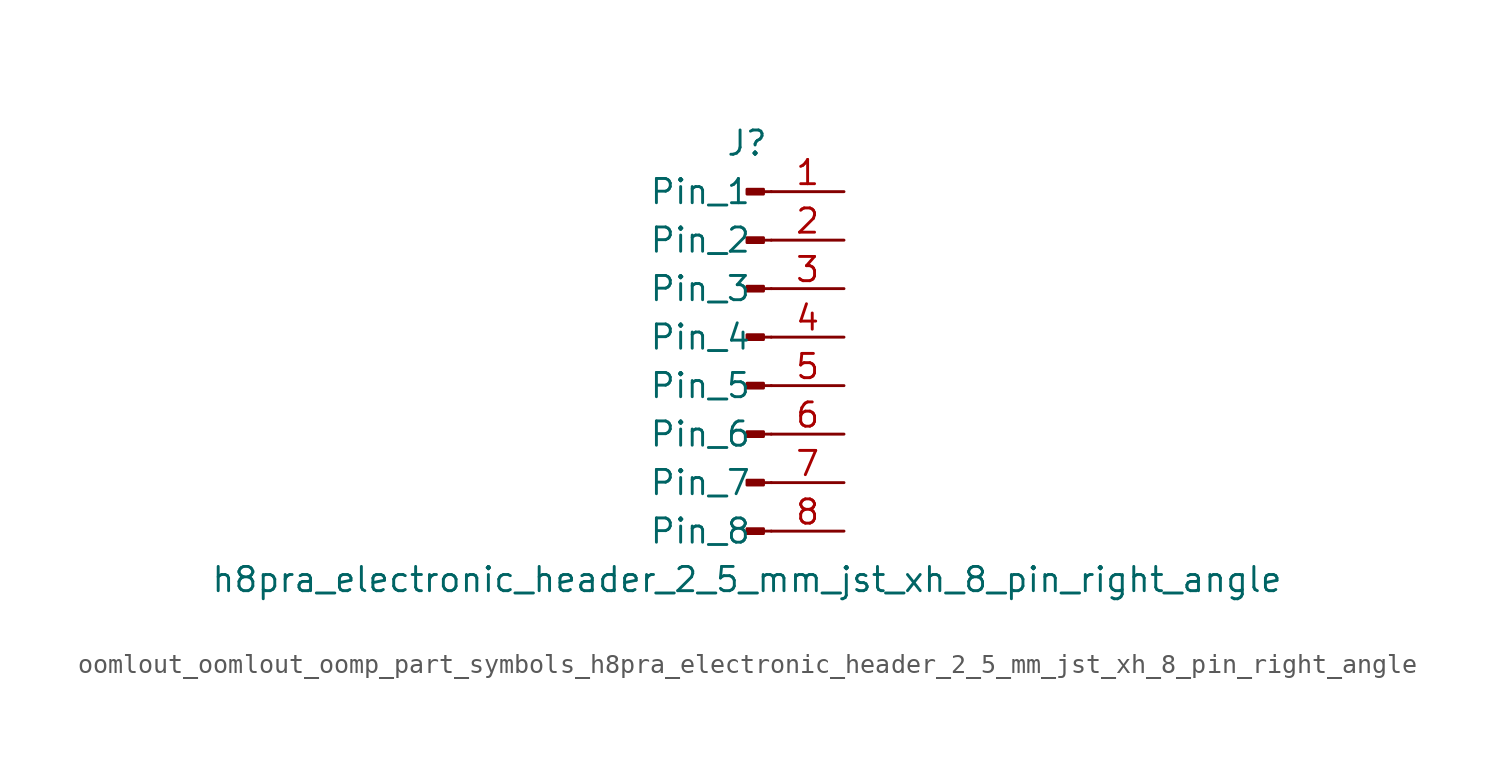
<source format=kicad_sym>
(kicad_symbol_lib
  (version 20220914)
  (generator kicad_symbol_editor)
  (symbol "oomlout_oomlout_oomp_part_symbols_h8pra_electronic_header_2_5_mm_jst_xh_8_pin_right_angle"
    (pin_names
      (offset 1.016))
    (property "Reference" "J"
      (at 0 10.16 0)
      (effects (font (size 1.27 1.27))))
    (property "Value" "h8pra_electronic_header_2_5_mm_jst_xh_8_pin_right_angle"
      (at 0 -12.7 0)
      (effects (font (size 1.27 1.27))))
    (property "ki_locked" ""
      (at 0 0 0)
      (effects (font (size 1.27 1.27))))
    (symbol "oomlout_oomlout_oomp_part_symbols_h8pra_electronic_header_2_5_mm_jst_xh_8_pin_right_angle_1_1"
      (polyline (pts (xy 1.27 -10.16) (xy 0.864 -10.16)) (stroke (width 0.152) (type default)) (fill (type none)))
      (polyline (pts (xy 1.27 -7.62) (xy 0.864 -7.62)) (stroke (width 0.152) (type default)) (fill (type none)))
      (polyline (pts (xy 1.27 -5.08) (xy 0.864 -5.08)) (stroke (width 0.152) (type default)) (fill (type none)))
      (polyline (pts (xy 1.27 -2.54) (xy 0.864 -2.54)) (stroke (width 0.152) (type default)) (fill (type none)))
      (polyline (pts (xy 1.27 0) (xy 0.864 0)) (stroke (width 0.152) (type default)) (fill (type none)))
      (polyline (pts (xy 1.27 2.54) (xy 0.864 2.54)) (stroke (width 0.152) (type default)) (fill (type none)))
      (polyline (pts (xy 1.27 5.08) (xy 0.864 5.08)) (stroke (width 0.152) (type default)) (fill (type none)))
      (polyline (pts (xy 1.27 7.62) (xy 0.864 7.62)) (stroke (width 0.152) (type default)) (fill (type none)))
      (rectangle (start 0.864 -10.033) (end 0 -10.287) (stroke (width 0.152) (type default)) (fill (type outline)))
      (rectangle (start 0.864 -7.493) (end 0 -7.747) (stroke (width 0.152) (type default)) (fill (type outline)))
      (rectangle (start 0.864 -4.953) (end 0 -5.207) (stroke (width 0.152) (type default)) (fill (type outline)))
      (rectangle (start 0.864 -2.413) (end 0 -2.667) (stroke (width 0.152) (type default)) (fill (type outline)))
      (rectangle (start 0.864 0.127) (end 0 -0.127) (stroke (width 0.152) (type default)) (fill (type outline)))
      (rectangle (start 0.864 2.667) (end 0 2.413) (stroke (width 0.152) (type default)) (fill (type outline)))
      (rectangle (start 0.864 5.207) (end 0 4.953) (stroke (width 0.152) (type default)) (fill (type outline)))
      (rectangle (start 0.864 7.747) (end 0 7.493) (stroke (width 0.152) (type default)) (fill (type outline)))
      (pin passive line (at 5.08 7.62 180) (length 3.81) (name "Pin_1" (effects (font (size 1.27 1.27)))) (number "1" (effects (font (size 1.27 1.27)))))
      (pin passive line (at 5.08 5.08 180) (length 3.81) (name "Pin_2" (effects (font (size 1.27 1.27)))) (number "2" (effects (font (size 1.27 1.27)))))
      (pin passive line (at 5.08 2.54 180) (length 3.81) (name "Pin_3" (effects (font (size 1.27 1.27)))) (number "3" (effects (font (size 1.27 1.27)))))
      (pin passive line (at 5.08 0 180) (length 3.81) (name "Pin_4" (effects (font (size 1.27 1.27)))) (number "4" (effects (font (size 1.27 1.27)))))
      (pin passive line (at 5.08 -2.54 180) (length 3.81) (name "Pin_5" (effects (font (size 1.27 1.27)))) (number "5" (effects (font (size 1.27 1.27)))))
      (pin passive line (at 5.08 -5.08 180) (length 3.81) (name "Pin_6" (effects (font (size 1.27 1.27)))) (number "6" (effects (font (size 1.27 1.27)))))
      (pin passive line (at 5.08 -7.62 180) (length 3.81) (name "Pin_7" (effects (font (size 1.27 1.27)))) (number "7" (effects (font (size 1.27 1.27)))))
      (pin passive line (at 5.08 -10.16 180) (length 3.81) (name "Pin_8" (effects (font (size 1.27 1.27)))) (number "8" (effects (font (size 1.27 1.27))))))))
</source>
